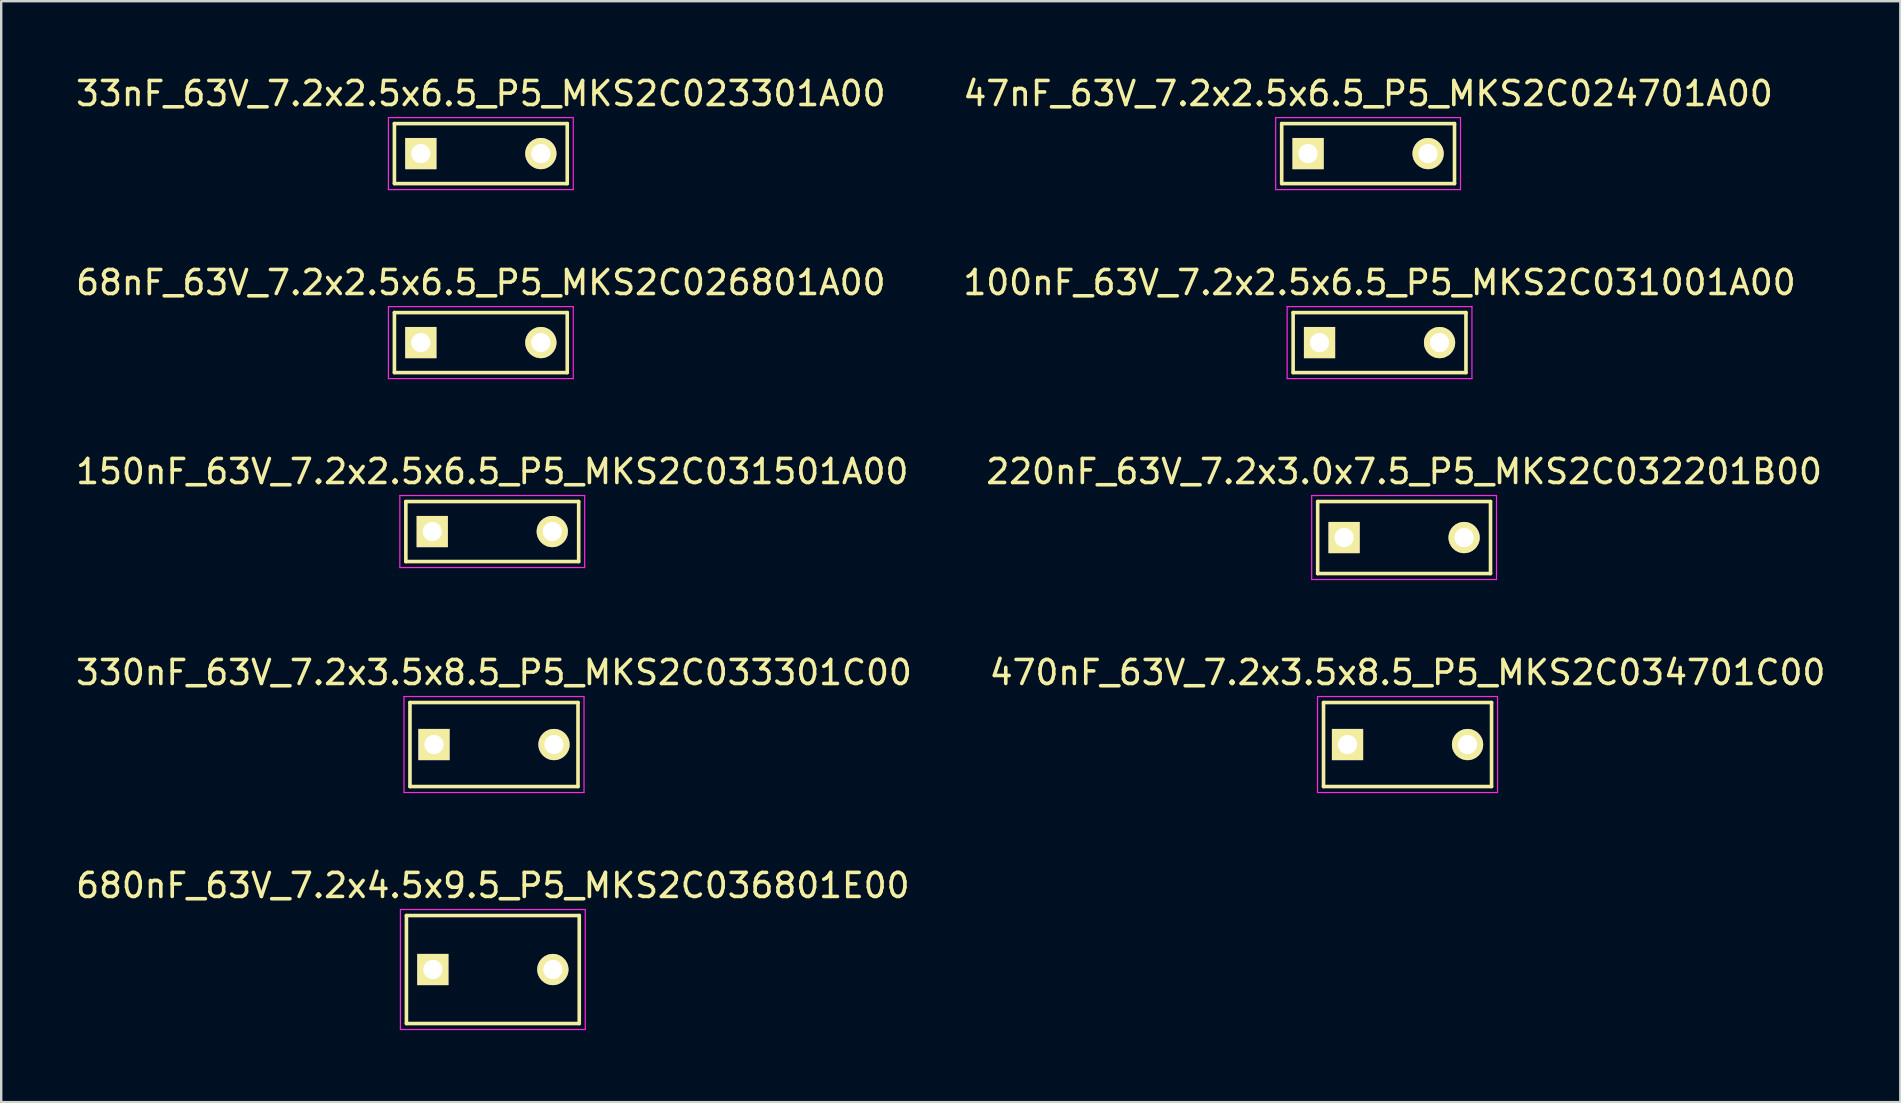
<source format=kicad_pcb>
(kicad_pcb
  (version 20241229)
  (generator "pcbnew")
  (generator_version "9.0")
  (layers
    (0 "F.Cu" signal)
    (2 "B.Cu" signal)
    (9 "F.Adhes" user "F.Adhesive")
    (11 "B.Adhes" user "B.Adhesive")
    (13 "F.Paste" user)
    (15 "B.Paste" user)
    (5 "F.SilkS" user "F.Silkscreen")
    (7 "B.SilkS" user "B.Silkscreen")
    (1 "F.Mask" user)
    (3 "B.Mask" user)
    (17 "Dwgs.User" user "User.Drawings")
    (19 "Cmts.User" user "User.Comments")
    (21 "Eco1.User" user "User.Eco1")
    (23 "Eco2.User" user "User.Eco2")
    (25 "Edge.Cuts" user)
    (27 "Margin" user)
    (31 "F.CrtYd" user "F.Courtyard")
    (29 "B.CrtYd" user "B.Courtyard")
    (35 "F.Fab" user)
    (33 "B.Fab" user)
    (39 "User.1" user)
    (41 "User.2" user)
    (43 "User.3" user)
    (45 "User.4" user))
  (footprint "150nF_63V_7.2x2.5x6.5_P5_MKS2C031501A00"
    (layer "F.Cu")
    (at 14.958 19.095)
    (property "Reference" "150nF_63V_7.2x2.5x6.5_P5_MKS2C031501A00" (at 2.5 -2.5 0) (layer "F.SilkS") (effects (font (size 1 1) (thickness 0.15))))
    (attr through_hole)
    (fp_line (start -1.1 -1.25) (end 6.1 -1.25) (stroke (width 0.15) (type solid)) (layer "F.SilkS"))
    (fp_line (start -1.1 1.25) (end -1.1 -1.25) (stroke (width 0.15) (type solid)) (layer "F.SilkS"))
    (fp_line (start 6.1 -1.25) (end 6.1 1.25) (stroke (width 0.15) (type solid)) (layer "F.SilkS"))
    (fp_line (start 6.1 1.25) (end -1.1 1.25) (stroke (width 0.15) (type solid)) (layer "F.SilkS"))
    (fp_line (start -1.35 1.5) (end -1.35 -1.5) (stroke (width 0.05) (type solid)) (layer "F.CrtYd"))
    (fp_line (start -1.15 -1.5) (end -1.35 -1.5) (stroke (width 0.05) (type solid)) (layer "F.CrtYd"))
    (fp_line (start -1.15 -1.5) (end 6.35 -1.5) (stroke (width 0.05) (type solid)) (layer "F.CrtYd"))
    (fp_line (start -1.15 1.5) (end -1.35 1.5) (stroke (width 0.05) (type solid)) (layer "F.CrtYd"))
    (fp_line (start 6.35 -1.5) (end 6.35 1.5) (stroke (width 0.05) (type solid)) (layer "F.CrtYd"))
    (fp_line (start 6.35 1.5) (end -1.15 1.5) (stroke (width 0.05) (type solid)) (layer "F.CrtYd"))
    (pad "1" thru_hole rect (at 0 0) (size 1.3 1.3) (drill 0.8) (layers "*.Cu" "*.Mask" "F.SilkS"))
    (pad "2" thru_hole circle (at 5 0) (size 1.3 1.3) (drill 0.8) (layers "*.Cu" "*.Mask" "F.SilkS")))
  (footprint "33nF_63V_7.2x2.5x6.5_P5_MKS2C023301A00"
    (layer "F.Cu")
    (at 14.482 3.348)
    (property "Reference" "33nF_63V_7.2x2.5x6.5_P5_MKS2C023301A00" (at 2.5 -2.5 0) (layer "F.SilkS") (effects (font (size 1 1) (thickness 0.15))))
    (attr through_hole)
    (fp_line (start -1.1 -1.25) (end 6.1 -1.25) (stroke (width 0.15) (type solid)) (layer "F.SilkS"))
    (fp_line (start -1.1 1.25) (end -1.1 -1.25) (stroke (width 0.15) (type solid)) (layer "F.SilkS"))
    (fp_line (start 6.1 -1.25) (end 6.1 1.25) (stroke (width 0.15) (type solid)) (layer "F.SilkS"))
    (fp_line (start 6.1 1.25) (end -1.1 1.25) (stroke (width 0.15) (type solid)) (layer "F.SilkS"))
    (fp_line (start -1.35 1.5) (end -1.35 -1.5) (stroke (width 0.05) (type solid)) (layer "F.CrtYd"))
    (fp_line (start -1.15 -1.5) (end -1.35 -1.5) (stroke (width 0.05) (type solid)) (layer "F.CrtYd"))
    (fp_line (start -1.15 -1.5) (end 6.35 -1.5) (stroke (width 0.05) (type solid)) (layer "F.CrtYd"))
    (fp_line (start -1.15 1.5) (end -1.35 1.5) (stroke (width 0.05) (type solid)) (layer "F.CrtYd"))
    (fp_line (start 6.35 -1.5) (end 6.35 1.5) (stroke (width 0.05) (type solid)) (layer "F.CrtYd"))
    (fp_line (start 6.35 1.5) (end -1.15 1.5) (stroke (width 0.05) (type solid)) (layer "F.CrtYd"))
    (pad "1" thru_hole rect (at 0 0) (size 1.3 1.3) (drill 0.8) (layers "*.Cu" "*.Mask" "F.SilkS"))
    (pad "2" thru_hole circle (at 5 0) (size 1.3 1.3) (drill 0.8) (layers "*.Cu" "*.Mask" "F.SilkS")))
  (footprint "220nF_63V_7.2x3.0x7.5_P5_MKS2C032201B00"
    (layer "F.Cu")
    (at 52.946 19.345)
    (property "Reference" "220nF_63V_7.2x3.0x7.5_P5_MKS2C032201B00" (at 2.5 -2.75 0) (layer "F.SilkS") (effects (font (size 1 1) (thickness 0.15))))
    (attr through_hole)
    (fp_line (start -1.1 -1.5) (end 6.1 -1.5) (stroke (width 0.15) (type solid)) (layer "F.SilkS"))
    (fp_line (start -1.1 1.5) (end -1.1 -1.5) (stroke (width 0.15) (type solid)) (layer "F.SilkS"))
    (fp_line (start 6.1 -1.5) (end 6.1 1.5) (stroke (width 0.15) (type solid)) (layer "F.SilkS"))
    (fp_line (start 6.1 1.5) (end -1.1 1.5) (stroke (width 0.15) (type solid)) (layer "F.SilkS"))
    (fp_line (start -1.35 1.75) (end -1.35 -1.75) (stroke (width 0.05) (type solid)) (layer "F.CrtYd"))
    (fp_line (start -1.2 -1.75) (end 6.3 -1.75) (stroke (width 0.05) (type solid)) (layer "F.CrtYd"))
    (fp_line (start -1.15 -1.75) (end -1.35 -1.75) (stroke (width 0.05) (type solid)) (layer "F.CrtYd"))
    (fp_line (start -1.15 1.75) (end -1.35 1.75) (stroke (width 0.05) (type solid)) (layer "F.CrtYd"))
    (fp_line (start 6.35 -1.75) (end 6.3 -1.75) (stroke (width 0.05) (type solid)) (layer "F.CrtYd"))
    (fp_line (start 6.35 1.75) (end -1.15 1.75) (stroke (width 0.05) (type solid)) (layer "F.CrtYd"))
    (fp_line (start 6.35 1.75) (end 6.35 -1.75) (stroke (width 0.05) (type solid)) (layer "F.CrtYd"))
    (pad "1" thru_hole rect (at 0 0) (size 1.3 1.3) (drill 0.8) (layers "*.Cu" "*.Mask" "F.SilkS"))
    (pad "2" thru_hole circle (at 5 0) (size 1.3 1.3) (drill 0.8) (layers "*.Cu" "*.Mask" "F.SilkS")))
  (footprint "680nF_63V_7.2x4.5x9.5_P5_MKS2C036801E00"
    (layer "F.Cu")
    (at 14.982 37.341)
    (property "Reference" "680nF_63V_7.2x4.5x9.5_P5_MKS2C036801E00" (at 2.5 -3.5 0) (layer "F.SilkS") (effects (font (size 1 1) (thickness 0.15))))
    (attr through_hole)
    (fp_line (start -1.1 -2.25) (end 6.1 -2.25) (stroke (width 0.15) (type solid)) (layer "F.SilkS"))
    (fp_line (start -1.1 2.25) (end -1.1 -2.25) (stroke (width 0.15) (type solid)) (layer "F.SilkS"))
    (fp_line (start 6.1 -2.25) (end 6.1 2.25) (stroke (width 0.15) (type solid)) (layer "F.SilkS"))
    (fp_line (start 6.1 2.25) (end -1.1 2.25) (stroke (width 0.15) (type solid)) (layer "F.SilkS"))
    (fp_line (start -1.35 2.5) (end -1.35 -2.5) (stroke (width 0.05) (type solid)) (layer "F.CrtYd"))
    (fp_line (start -1.15 -2.5) (end -1.35 -2.5) (stroke (width 0.05) (type solid)) (layer "F.CrtYd"))
    (fp_line (start -1.15 -2.5) (end 6.35 -2.5) (stroke (width 0.05) (type solid)) (layer "F.CrtYd"))
    (fp_line (start -1.15 2.5) (end -1.35 2.5) (stroke (width 0.05) (type solid)) (layer "F.CrtYd"))
    (fp_line (start 6.35 2.5) (end -1.15 2.5) (stroke (width 0.05) (type solid)) (layer "F.CrtYd"))
    (fp_line (start 6.35 2.5) (end 6.35 -2.5) (stroke (width 0.05) (type solid)) (layer "F.CrtYd"))
    (pad "1" thru_hole rect (at 0 0) (size 1.3 1.3) (drill 0.8) (layers "*.Cu" "*.Mask" "F.SilkS"))
    (pad "2" thru_hole circle (at 5 0) (size 1.3 1.3) (drill 0.8) (layers "*.Cu" "*.Mask" "F.SilkS")))
  (footprint "68nF_63V_7.2x2.5x6.5_P5_MKS2C026801A00"
    (layer "F.Cu")
    (at 14.482 11.222)
    (property "Reference" "68nF_63V_7.2x2.5x6.5_P5_MKS2C026801A00" (at 2.5 -2.5 0) (layer "F.SilkS") (effects (font (size 1 1) (thickness 0.15))))
    (attr through_hole)
    (fp_line (start -1.1 -1.25) (end 6.1 -1.25) (stroke (width 0.15) (type solid)) (layer "F.SilkS"))
    (fp_line (start -1.1 1.25) (end -1.1 -1.25) (stroke (width 0.15) (type solid)) (layer "F.SilkS"))
    (fp_line (start 6.1 -1.25) (end 6.1 1.25) (stroke (width 0.15) (type solid)) (layer "F.SilkS"))
    (fp_line (start 6.1 1.25) (end -1.1 1.25) (stroke (width 0.15) (type solid)) (layer "F.SilkS"))
    (fp_line (start -1.35 1.5) (end -1.35 -1.5) (stroke (width 0.05) (type solid)) (layer "F.CrtYd"))
    (fp_line (start -1.15 -1.5) (end -1.35 -1.5) (stroke (width 0.05) (type solid)) (layer "F.CrtYd"))
    (fp_line (start -1.15 -1.5) (end 6.35 -1.5) (stroke (width 0.05) (type solid)) (layer "F.CrtYd"))
    (fp_line (start -1.15 1.5) (end -1.35 1.5) (stroke (width 0.05) (type solid)) (layer "F.CrtYd"))
    (fp_line (start 6.35 -1.5) (end 6.35 1.5) (stroke (width 0.05) (type solid)) (layer "F.CrtYd"))
    (fp_line (start 6.35 1.5) (end -1.15 1.5) (stroke (width 0.05) (type solid)) (layer "F.CrtYd"))
    (pad "1" thru_hole rect (at 0 0) (size 1.3 1.3) (drill 0.8) (layers "*.Cu" "*.Mask" "F.SilkS"))
    (pad "2" thru_hole circle (at 5 0) (size 1.3 1.3) (drill 0.8) (layers "*.Cu" "*.Mask" "F.SilkS")))
  (footprint "470nF_63V_7.2x3.5x8.5_P5_MKS2C034701C00"
    (layer "F.Cu")
    (at 53.089 27.968)
    (property "Reference" "470nF_63V_7.2x3.5x8.5_P5_MKS2C034701C00" (at 2.5 -3 0) (layer "F.SilkS") (effects (font (size 1 1) (thickness 0.15))))
    (attr through_hole)
    (fp_line (start -1 -1.75) (end 6 -1.75) (stroke (width 0.15) (type solid)) (layer "F.SilkS"))
    (fp_line (start -1 1.75) (end -1 -1.75) (stroke (width 0.15) (type solid)) (layer "F.SilkS"))
    (fp_line (start 6 -1.75) (end 6 1.75) (stroke (width 0.15) (type solid)) (layer "F.SilkS"))
    (fp_line (start 6 1.75) (end -1 1.75) (stroke (width 0.15) (type solid)) (layer "F.SilkS"))
    (fp_line (start -1.25 -2) (end 6.25 -2) (stroke (width 0.05) (type solid)) (layer "F.CrtYd"))
    (fp_line (start -1.25 2) (end -1.25 -2) (stroke (width 0.05) (type solid)) (layer "F.CrtYd"))
    (fp_line (start 6.25 -2) (end 6.25 2) (stroke (width 0.05) (type solid)) (layer "F.CrtYd"))
    (fp_line (start 6.25 2) (end -1.25 2) (stroke (width 0.05) (type solid)) (layer "F.CrtYd"))
    (pad "1" thru_hole rect (at 0 0) (size 1.3 1.3) (drill 0.8) (layers "*.Cu" "*.Mask" "F.SilkS"))
    (pad "2" thru_hole circle (at 5 0) (size 1.3 1.3) (drill 0.8) (layers "*.Cu" "*.Mask" "F.SilkS")))
  (footprint "100nF_63V_7.2x2.5x6.5_P5_MKS2C031001A00"
    (layer "F.Cu")
    (at 51.923 11.222)
    (property "Reference" "100nF_63V_7.2x2.5x6.5_P5_MKS2C031001A00" (at 2.5 -2.5 0) (layer "F.SilkS") (effects (font (size 1 1) (thickness 0.15))))
    (attr through_hole)
    (fp_line (start -1.1 -1.25) (end 6.1 -1.25) (stroke (width 0.15) (type solid)) (layer "F.SilkS"))
    (fp_line (start -1.1 1.25) (end -1.1 -1.25) (stroke (width 0.15) (type solid)) (layer "F.SilkS"))
    (fp_line (start 6.1 -1.25) (end 6.1 1.25) (stroke (width 0.15) (type solid)) (layer "F.SilkS"))
    (fp_line (start 6.1 1.25) (end -1.1 1.25) (stroke (width 0.15) (type solid)) (layer "F.SilkS"))
    (fp_line (start -1.35 1.5) (end -1.35 -1.5) (stroke (width 0.05) (type solid)) (layer "F.CrtYd"))
    (fp_line (start -1.15 -1.5) (end -1.35 -1.5) (stroke (width 0.05) (type solid)) (layer "F.CrtYd"))
    (fp_line (start -1.15 -1.5) (end 6.35 -1.5) (stroke (width 0.05) (type solid)) (layer "F.CrtYd"))
    (fp_line (start -1.15 1.5) (end -1.35 1.5) (stroke (width 0.05) (type solid)) (layer "F.CrtYd"))
    (fp_line (start 6.35 -1.5) (end 6.35 1.5) (stroke (width 0.05) (type solid)) (layer "F.CrtYd"))
    (fp_line (start 6.35 1.5) (end -1.15 1.5) (stroke (width 0.05) (type solid)) (layer "F.CrtYd"))
    (pad "1" thru_hole rect (at 0 0) (size 1.3 1.3) (drill 0.8) (layers "*.Cu" "*.Mask" "F.SilkS"))
    (pad "2" thru_hole circle (at 5 0) (size 1.3 1.3) (drill 0.8) (layers "*.Cu" "*.Mask" "F.SilkS")))
  (footprint "47nF_63V_7.2x2.5x6.5_P5_MKS2C024701A00"
    (layer "F.Cu")
    (at 51.446 3.348)
    (property "Reference" "47nF_63V_7.2x2.5x6.5_P5_MKS2C024701A00" (at 2.5 -2.5 0) (layer "F.SilkS") (effects (font (size 1 1) (thickness 0.15))))
    (attr through_hole)
    (fp_line (start -1.1 -1.25) (end 6.1 -1.25) (stroke (width 0.15) (type solid)) (layer "F.SilkS"))
    (fp_line (start -1.1 1.25) (end -1.1 -1.25) (stroke (width 0.15) (type solid)) (layer "F.SilkS"))
    (fp_line (start 6.1 -1.25) (end 6.1 1.25) (stroke (width 0.15) (type solid)) (layer "F.SilkS"))
    (fp_line (start 6.1 1.25) (end -1.1 1.25) (stroke (width 0.15) (type solid)) (layer "F.SilkS"))
    (fp_line (start -1.35 1.5) (end -1.35 -1.5) (stroke (width 0.05) (type solid)) (layer "F.CrtYd"))
    (fp_line (start -1.15 -1.5) (end -1.35 -1.5) (stroke (width 0.05) (type solid)) (layer "F.CrtYd"))
    (fp_line (start -1.15 -1.5) (end 6.35 -1.5) (stroke (width 0.05) (type solid)) (layer "F.CrtYd"))
    (fp_line (start -1.15 1.5) (end -1.35 1.5) (stroke (width 0.05) (type solid)) (layer "F.CrtYd"))
    (fp_line (start 6.35 -1.5) (end 6.35 1.5) (stroke (width 0.05) (type solid)) (layer "F.CrtYd"))
    (fp_line (start 6.35 1.5) (end -1.15 1.5) (stroke (width 0.05) (type solid)) (layer "F.CrtYd"))
    (pad "1" thru_hole rect (at 0 0) (size 1.3 1.3) (drill 0.8) (layers "*.Cu" "*.Mask" "F.SilkS"))
    (pad "2" thru_hole circle (at 5 0) (size 1.3 1.3) (drill 0.8) (layers "*.Cu" "*.Mask" "F.SilkS")))
  (footprint "330nF_63V_7.2x3.5x8.5_P5_MKS2C033301C00"
    (layer "F.Cu")
    (at 15.03 27.968)
    (property "Reference" "330nF_63V_7.2x3.5x8.5_P5_MKS2C033301C00" (at 2.5 -3 0) (layer "F.SilkS") (effects (font (size 1 1) (thickness 0.15))))
    (attr through_hole)
    (fp_line (start -1 -1.75) (end 6 -1.75) (stroke (width 0.15) (type solid)) (layer "F.SilkS"))
    (fp_line (start -1 1.75) (end -1 -1.75) (stroke (width 0.15) (type solid)) (layer "F.SilkS"))
    (fp_line (start 6 -1.75) (end 6 1.75) (stroke (width 0.15) (type solid)) (layer "F.SilkS"))
    (fp_line (start 6 1.75) (end -1 1.75) (stroke (width 0.15) (type solid)) (layer "F.SilkS"))
    (fp_line (start -1.25 -2) (end 6.25 -2) (stroke (width 0.05) (type solid)) (layer "F.CrtYd"))
    (fp_line (start -1.25 2) (end -1.25 -2) (stroke (width 0.05) (type solid)) (layer "F.CrtYd"))
    (fp_line (start 6.25 -2) (end 6.25 2) (stroke (width 0.05) (type solid)) (layer "F.CrtYd"))
    (fp_line (start 6.25 2) (end -1.25 2) (stroke (width 0.05) (type solid)) (layer "F.CrtYd"))
    (pad "1" thru_hole rect (at 0 0) (size 1.3 1.3) (drill 0.8) (layers "*.Cu" "*.Mask" "F.SilkS"))
    (pad "2" thru_hole circle (at 5 0) (size 1.3 1.3) (drill 0.8) (layers "*.Cu" "*.Mask" "F.SilkS")))
  (gr_rect
    (start -3 -3)
    (end 76.119 42.866)
    (stroke (width 0.1) (type default))
    (fill no)
    (layer "Edge.Cuts")))
</source>
